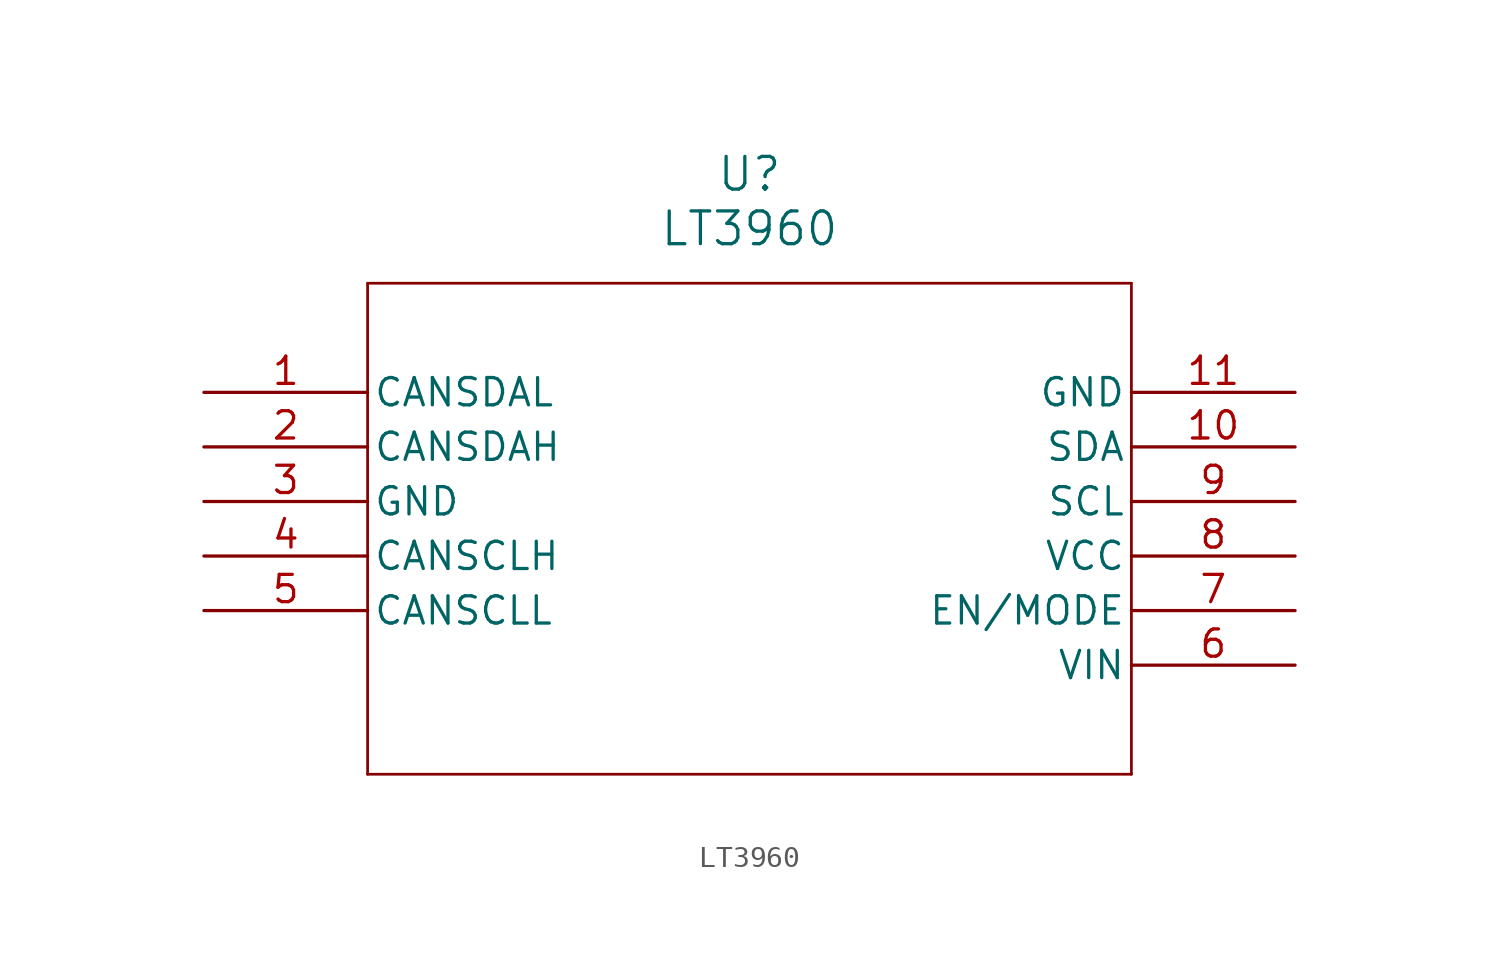
<source format=kicad_sym>
(kicad_symbol_lib
  (version 20231120)
  (generator "kicad_symbol_editor")
  (generator_version "8.0")
  (symbol "LT3960"
    (pin_names
      (offset 0.254))
    (property "Reference" "U"
      (at 25.4 10.16 0)
      (effects (font (size 1.524 1.524))))
    (property "Value" "LT3960"
      (at 25.4 7.62 0)
      (effects (font (size 1.524 1.524))))
    (property "ki_locked" ""
      (at 0 0 0)
      (effects (font (size 1.27 1.27))))
    (symbol "LT3960_0_1"
      (polyline (pts (xy 7.62 -17.78) (xy 43.18 -17.78)) (stroke (width 0.127) (type default)) (fill (type none)))
      (polyline (pts (xy 7.62 5.08) (xy 7.62 -17.78)) (stroke (width 0.127) (type default)) (fill (type none)))
      (polyline (pts (xy 43.18 -17.78) (xy 43.18 5.08)) (stroke (width 0.127) (type default)) (fill (type none)))
      (polyline (pts (xy 43.18 5.08) (xy 7.62 5.08)) (stroke (width 0.127) (type default)) (fill (type none)))
      (pin bidirectional line (at 0 0 0) (length 7.62) (name "CANSDAL" (effects (font (size 1.27 1.27)))) (number "1" (effects (font (size 1.27 1.27)))))
      (pin bidirectional line (at 50.8 -2.54 180) (length 7.62) (name "SDA" (effects (font (size 1.27 1.27)))) (number "10" (effects (font (size 1.27 1.27)))))
      (pin power_out line (at 50.8 0 180) (length 7.62) (name "GND" (effects (font (size 1.27 1.27)))) (number "11" (effects (font (size 1.27 1.27)))))
      (pin bidirectional line (at 0 -2.54 0) (length 7.62) (name "CANSDAH" (effects (font (size 1.27 1.27)))) (number "2" (effects (font (size 1.27 1.27)))))
      (pin power_out line (at 0 -5.08 0) (length 7.62) (name "GND" (effects (font (size 1.27 1.27)))) (number "3" (effects (font (size 1.27 1.27)))))
      (pin bidirectional line (at 0 -7.62 0) (length 7.62) (name "CANSCLH" (effects (font (size 1.27 1.27)))) (number "4" (effects (font (size 1.27 1.27)))))
      (pin bidirectional line (at 0 -10.16 0) (length 7.62) (name "CANSCLL" (effects (font (size 1.27 1.27)))) (number "5" (effects (font (size 1.27 1.27)))))
      (pin power_in line (at 50.8 -12.7 180) (length 7.62) (name "VIN" (effects (font (size 1.27 1.27)))) (number "6" (effects (font (size 1.27 1.27)))))
      (pin input line (at 50.8 -10.16 180) (length 7.62) (name "EN/MODE" (effects (font (size 1.27 1.27)))) (number "7" (effects (font (size 1.27 1.27)))))
      (pin power_in line (at 50.8 -7.62 180) (length 7.62) (name "VCC" (effects (font (size 1.27 1.27)))) (number "8" (effects (font (size 1.27 1.27)))))
      (pin bidirectional line (at 50.8 -5.08 180) (length 7.62) (name "SCL" (effects (font (size 1.27 1.27)))) (number "9" (effects (font (size 1.27 1.27))))))))
</source>
